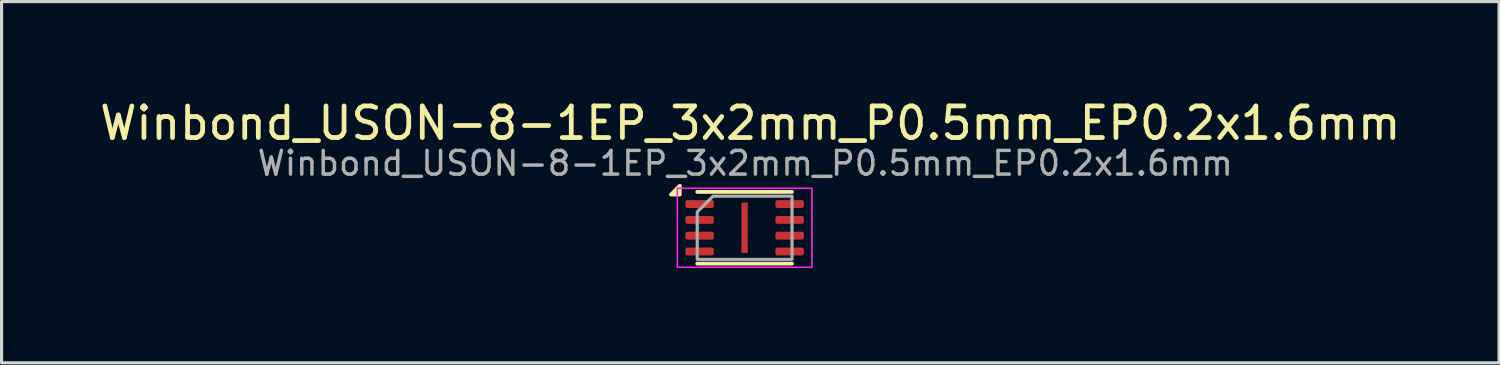
<source format=kicad_pcb>
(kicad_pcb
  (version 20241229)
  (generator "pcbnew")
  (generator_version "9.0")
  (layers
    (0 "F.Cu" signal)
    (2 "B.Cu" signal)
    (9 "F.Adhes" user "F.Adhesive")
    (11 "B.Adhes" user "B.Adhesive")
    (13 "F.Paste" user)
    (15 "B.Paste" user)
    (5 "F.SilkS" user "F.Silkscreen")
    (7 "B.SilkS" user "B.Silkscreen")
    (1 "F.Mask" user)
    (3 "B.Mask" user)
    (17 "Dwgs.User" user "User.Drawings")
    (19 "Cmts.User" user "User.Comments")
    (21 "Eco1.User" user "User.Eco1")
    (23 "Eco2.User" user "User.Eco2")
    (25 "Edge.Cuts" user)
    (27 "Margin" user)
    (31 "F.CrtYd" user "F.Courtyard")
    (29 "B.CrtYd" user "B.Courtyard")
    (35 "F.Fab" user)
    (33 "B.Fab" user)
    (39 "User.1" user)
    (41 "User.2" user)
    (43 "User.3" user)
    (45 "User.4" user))
  (footprint "Winbond_USON-8-1EP_3x2mm_P0.5mm_EP0.2x1.6mm"
    (layer "F.Cu")
    (at 20.516 4.158)
    (property "Reference" "Winbond_USON-8-1EP_3x2mm_P0.5mm_EP0.2x1.6mm" (at 0.18 -3.31 0) (layer "F.SilkS") (effects (font (size 1 1) (thickness 0.15))))
    (attr smd)
    (fp_line (start -1.5 -1.135) (end 1.5 -1.135) (stroke (width 0.12) (type solid)) (layer "F.SilkS"))
    (fp_line (start -1.5 1.135) (end 1.5 1.135) (stroke (width 0.12) (type solid)) (layer "F.SilkS"))
    (fp_poly (pts (xy -2.05 -1.05) (xy -2.33 -1.05) (xy -2.05 -1.33)) (stroke (width 0.12) (type solid)) (fill yes) (layer "F.SilkS"))
    (fp_rect (start -2.13 -1.25) (end 2.13 1.25) (stroke (width 0.05) (type solid)) (fill no) (layer "F.CrtYd"))
    (fp_poly (pts (xy -1.5 -0.5) (xy -1.5 1) (xy 1.5 1) (xy 1.5 -1) (xy -1 -1)) (stroke (width 0.1) (type solid)) (fill no) (layer "F.Fab"))
    (fp_text user "${REFERENCE}" (at 0.02 -2.04 0) (layer "F.Fab") (effects (font (size 0.75 0.75) (thickness 0.11))))
    (pad "" smd roundrect (at 0 0) (size 0.16 1.29) (layers "F.Paste") (roundrect_rratio 0.25))
    (pad "1" smd roundrect (at -1.425 -0.75) (size 0.9 0.25) (layers "F.Cu" "F.Mask" "F.Paste") (roundrect_rratio 0.25))
    (pad "2" smd roundrect (at -1.425 -0.25) (size 0.9 0.25) (layers "F.Cu" "F.Mask" "F.Paste") (roundrect_rratio 0.25))
    (pad "3" smd roundrect (at -1.425 0.25) (size 0.9 0.25) (layers "F.Cu" "F.Mask" "F.Paste") (roundrect_rratio 0.25))
    (pad "4" smd roundrect (at -1.425 0.75) (size 0.9 0.25) (layers "F.Cu" "F.Mask" "F.Paste") (roundrect_rratio 0.25))
    (pad "5" smd roundrect (at 1.425 0.75) (size 0.9 0.25) (layers "F.Cu" "F.Mask" "F.Paste") (roundrect_rratio 0.25))
    (pad "6" smd roundrect (at 1.425 0.25) (size 0.9 0.25) (layers "F.Cu" "F.Mask" "F.Paste") (roundrect_rratio 0.25))
    (pad "7" smd roundrect (at 1.425 -0.25) (size 0.9 0.25) (layers "F.Cu" "F.Mask" "F.Paste") (roundrect_rratio 0.25))
    (pad "8" smd roundrect (at 1.425 -0.75) (size 0.9 0.25) (layers "F.Cu" "F.Mask" "F.Paste") (roundrect_rratio 0.25))
    (pad "9" smd rect (at 0 0) (size 0.2 1.6) (property pad_prop_heatsink) (layers "F.Cu" "F.Mask")))
  (gr_rect
    (start -3 -3)
    (end 44.393 8.433)
    (stroke (width 0.1) (type default))
    (fill no)
    (layer "Edge.Cuts")))
</source>
